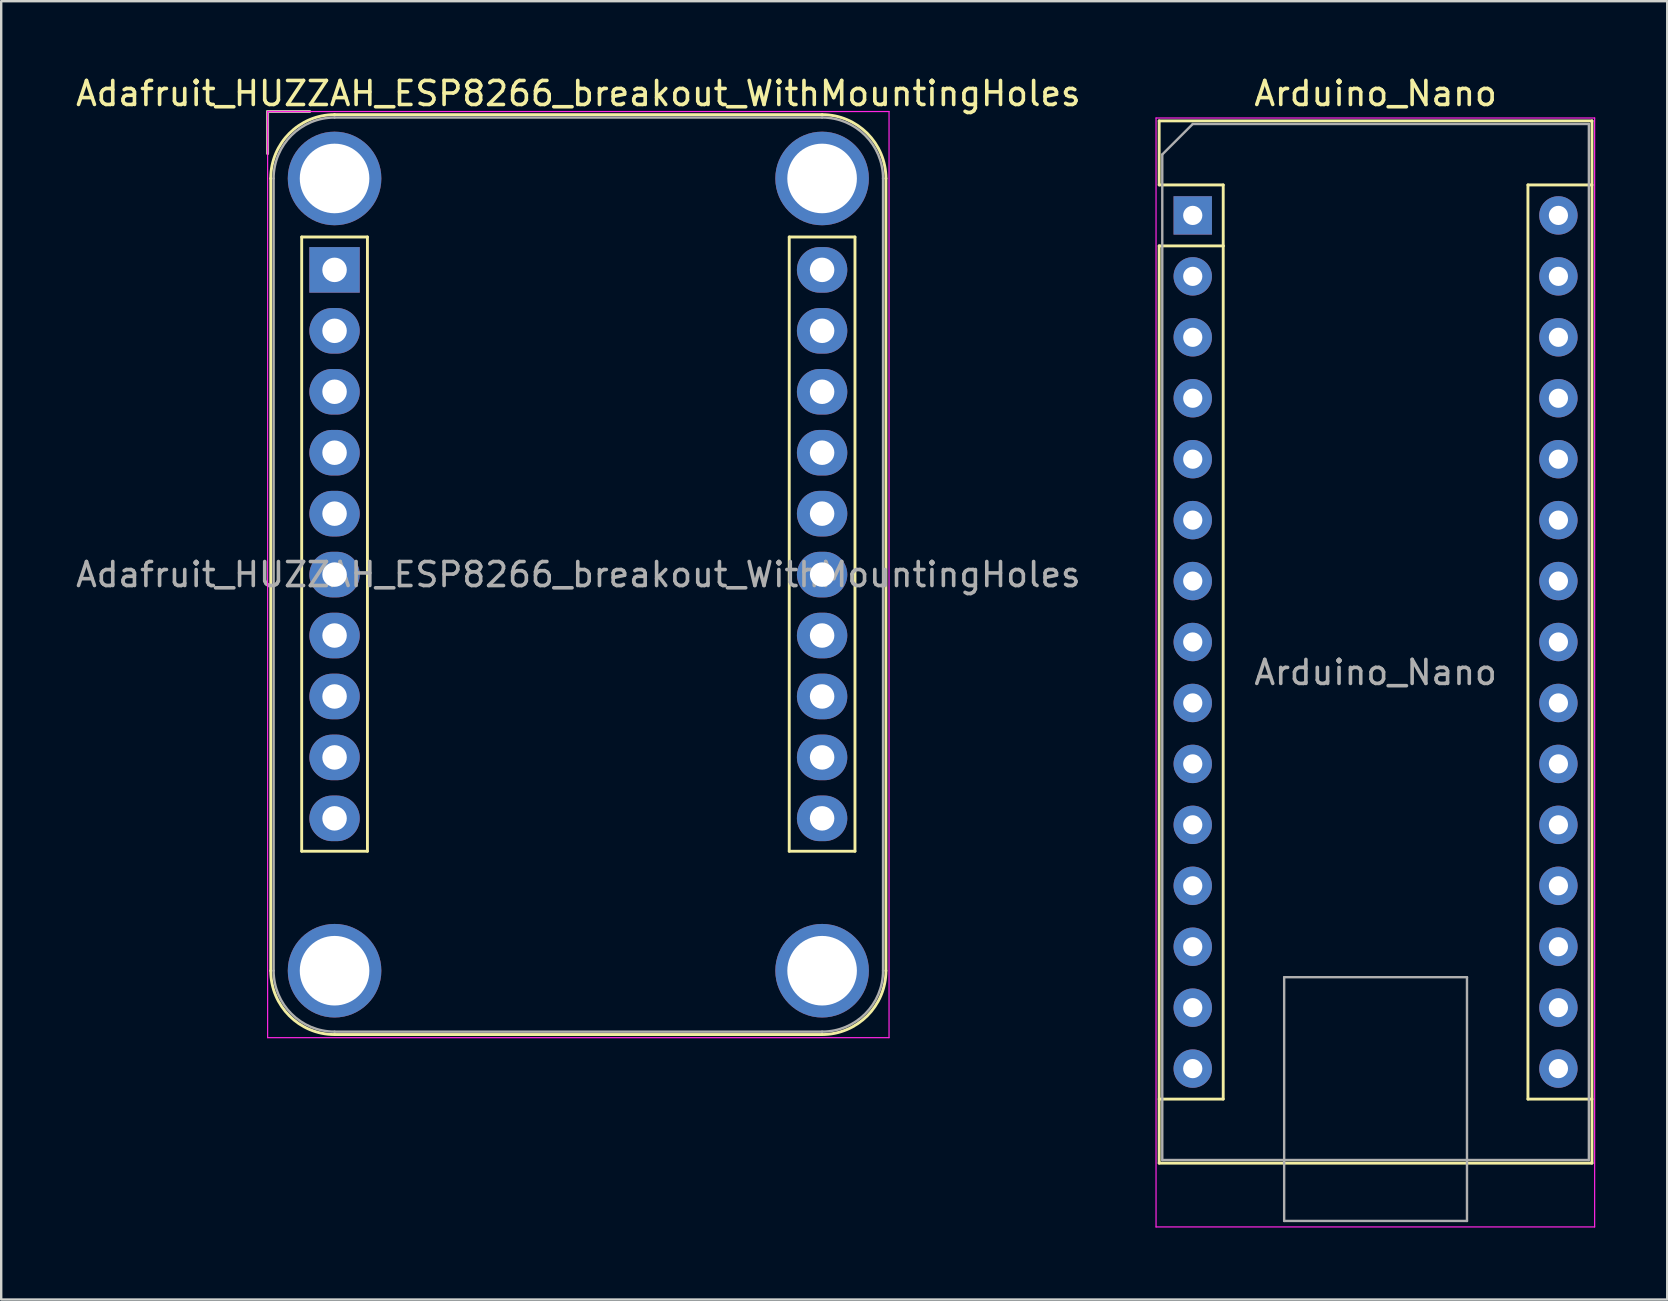
<source format=kicad_pcb>
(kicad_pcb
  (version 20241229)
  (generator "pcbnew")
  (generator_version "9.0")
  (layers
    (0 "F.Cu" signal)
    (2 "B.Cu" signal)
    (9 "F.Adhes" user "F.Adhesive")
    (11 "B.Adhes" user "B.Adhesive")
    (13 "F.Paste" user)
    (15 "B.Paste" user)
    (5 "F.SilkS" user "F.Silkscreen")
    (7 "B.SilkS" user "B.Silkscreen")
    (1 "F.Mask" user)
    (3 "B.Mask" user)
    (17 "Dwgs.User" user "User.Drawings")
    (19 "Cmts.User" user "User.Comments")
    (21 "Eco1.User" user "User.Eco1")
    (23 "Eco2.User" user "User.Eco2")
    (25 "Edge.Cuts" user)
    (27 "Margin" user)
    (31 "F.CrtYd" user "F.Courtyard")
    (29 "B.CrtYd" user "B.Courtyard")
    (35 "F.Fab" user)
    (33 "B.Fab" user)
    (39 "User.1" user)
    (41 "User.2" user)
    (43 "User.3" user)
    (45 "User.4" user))
  (footprint "Arduino_Nano"
    (layer "F.Cu")
    (at 46.662 5.928)
    (property "Reference" "Arduino_Nano" (at 7.62 -5.08 0) (layer "F.SilkS") (effects (font (size 1 1) (thickness 0.15))))
    (attr through_hole)
    (fp_line (start -1.4 -3.94) (end -1.4 -1.27) (stroke (width 0.12) (type solid)) (layer "F.SilkS"))
    (fp_line (start -1.4 1.27) (end -1.4 39.5) (stroke (width 0.12) (type solid)) (layer "F.SilkS"))
    (fp_line (start -1.4 39.5) (end 16.64 39.5) (stroke (width 0.12) (type solid)) (layer "F.SilkS"))
    (fp_line (start 1.27 -1.27) (end -1.4 -1.27) (stroke (width 0.12) (type solid)) (layer "F.SilkS"))
    (fp_line (start 1.27 1.27) (end -1.4 1.27) (stroke (width 0.12) (type solid)) (layer "F.SilkS"))
    (fp_line (start 1.27 1.27) (end 1.27 -1.27) (stroke (width 0.12) (type solid)) (layer "F.SilkS"))
    (fp_line (start 1.27 1.27) (end 1.27 36.83) (stroke (width 0.12) (type solid)) (layer "F.SilkS"))
    (fp_line (start 1.27 36.83) (end -1.4 36.83) (stroke (width 0.12) (type solid)) (layer "F.SilkS"))
    (fp_line (start 13.97 -1.27) (end 13.97 36.83) (stroke (width 0.12) (type solid)) (layer "F.SilkS"))
    (fp_line (start 13.97 -1.27) (end 16.64 -1.27) (stroke (width 0.12) (type solid)) (layer "F.SilkS"))
    (fp_line (start 13.97 36.83) (end 16.64 36.83) (stroke (width 0.12) (type solid)) (layer "F.SilkS"))
    (fp_line (start 16.64 -3.94) (end -1.4 -3.94) (stroke (width 0.12) (type solid)) (layer "F.SilkS"))
    (fp_line (start 16.64 39.5) (end 16.64 -3.94) (stroke (width 0.12) (type solid)) (layer "F.SilkS"))
    (fp_line (start -1.53 -4.06) (end -1.53 42.16) (stroke (width 0.05) (type solid)) (layer "F.CrtYd"))
    (fp_line (start -1.53 -4.06) (end 16.75 -4.06) (stroke (width 0.05) (type solid)) (layer "F.CrtYd"))
    (fp_line (start 16.75 42.16) (end -1.53 42.16) (stroke (width 0.05) (type solid)) (layer "F.CrtYd"))
    (fp_line (start 16.75 42.16) (end 16.75 -4.06) (stroke (width 0.05) (type solid)) (layer "F.CrtYd"))
    (fp_line (start -1.27 -2.54) (end 0 -3.81) (stroke (width 0.1) (type solid)) (layer "F.Fab"))
    (fp_line (start -1.27 39.37) (end -1.27 -2.54) (stroke (width 0.1) (type solid)) (layer "F.Fab"))
    (fp_line (start 0 -3.81) (end 16.51 -3.81) (stroke (width 0.1) (type solid)) (layer "F.Fab"))
    (fp_line (start 3.81 31.75) (end 11.43 31.75) (stroke (width 0.1) (type solid)) (layer "F.Fab"))
    (fp_line (start 3.81 41.91) (end 3.81 31.75) (stroke (width 0.1) (type solid)) (layer "F.Fab"))
    (fp_line (start 11.43 31.75) (end 11.43 41.91) (stroke (width 0.1) (type solid)) (layer "F.Fab"))
    (fp_line (start 11.43 41.91) (end 3.81 41.91) (stroke (width 0.1) (type solid)) (layer "F.Fab"))
    (fp_line (start 16.51 -3.81) (end 16.51 39.37) (stroke (width 0.1) (type solid)) (layer "F.Fab"))
    (fp_line (start 16.51 39.37) (end -1.27 39.37) (stroke (width 0.1) (type solid)) (layer "F.Fab"))
    (fp_text user "${REFERENCE}" (at 7.62 19.05 0) (layer "F.Fab") (effects (font (size 1 1) (thickness 0.15))))
    (pad "1" thru_hole rect (at 0 0) (size 1.6 1.6) (drill 0.8) (layers "*.Cu" "*.Mask"))
    (pad "2" thru_hole oval (at 0 2.54) (size 1.6 1.6) (drill 0.8) (layers "*.Cu" "*.Mask"))
    (pad "3" thru_hole oval (at 0 5.08) (size 1.6 1.6) (drill 0.8) (layers "*.Cu" "*.Mask"))
    (pad "4" thru_hole oval (at 0 7.62) (size 1.6 1.6) (drill 0.8) (layers "*.Cu" "*.Mask"))
    (pad "5" thru_hole oval (at 0 10.16) (size 1.6 1.6) (drill 0.8) (layers "*.Cu" "*.Mask"))
    (pad "6" thru_hole oval (at 0 12.7) (size 1.6 1.6) (drill 0.8) (layers "*.Cu" "*.Mask"))
    (pad "7" thru_hole oval (at 0 15.24) (size 1.6 1.6) (drill 0.8) (layers "*.Cu" "*.Mask"))
    (pad "8" thru_hole oval (at 0 17.78) (size 1.6 1.6) (drill 0.8) (layers "*.Cu" "*.Mask"))
    (pad "9" thru_hole oval (at 0 20.32) (size 1.6 1.6) (drill 0.8) (layers "*.Cu" "*.Mask"))
    (pad "10" thru_hole oval (at 0 22.86) (size 1.6 1.6) (drill 0.8) (layers "*.Cu" "*.Mask"))
    (pad "11" thru_hole oval (at 0 25.4) (size 1.6 1.6) (drill 0.8) (layers "*.Cu" "*.Mask"))
    (pad "12" thru_hole oval (at 0 27.94) (size 1.6 1.6) (drill 0.8) (layers "*.Cu" "*.Mask"))
    (pad "13" thru_hole oval (at 0 30.48) (size 1.6 1.6) (drill 0.8) (layers "*.Cu" "*.Mask"))
    (pad "14" thru_hole oval (at 0 33.02) (size 1.6 1.6) (drill 0.8) (layers "*.Cu" "*.Mask"))
    (pad "15" thru_hole oval (at 0 35.56) (size 1.6 1.6) (drill 0.8) (layers "*.Cu" "*.Mask"))
    (pad "16" thru_hole oval (at 15.24 35.56) (size 1.6 1.6) (drill 0.8) (layers "*.Cu" "*.Mask"))
    (pad "17" thru_hole oval (at 15.24 33.02) (size 1.6 1.6) (drill 0.8) (layers "*.Cu" "*.Mask"))
    (pad "18" thru_hole oval (at 15.24 30.48) (size 1.6 1.6) (drill 0.8) (layers "*.Cu" "*.Mask"))
    (pad "19" thru_hole oval (at 15.24 27.94) (size 1.6 1.6) (drill 0.8) (layers "*.Cu" "*.Mask"))
    (pad "20" thru_hole oval (at 15.24 25.4) (size 1.6 1.6) (drill 0.8) (layers "*.Cu" "*.Mask"))
    (pad "21" thru_hole oval (at 15.24 22.86) (size 1.6 1.6) (drill 0.8) (layers "*.Cu" "*.Mask"))
    (pad "22" thru_hole oval (at 15.24 20.32) (size 1.6 1.6) (drill 0.8) (layers "*.Cu" "*.Mask"))
    (pad "23" thru_hole oval (at 15.24 17.78) (size 1.6 1.6) (drill 0.8) (layers "*.Cu" "*.Mask"))
    (pad "24" thru_hole oval (at 15.24 15.24) (size 1.6 1.6) (drill 0.8) (layers "*.Cu" "*.Mask"))
    (pad "25" thru_hole oval (at 15.24 12.7) (size 1.6 1.6) (drill 0.8) (layers "*.Cu" "*.Mask"))
    (pad "26" thru_hole oval (at 15.24 10.16) (size 1.6 1.6) (drill 0.8) (layers "*.Cu" "*.Mask"))
    (pad "27" thru_hole oval (at 15.24 7.62) (size 1.6 1.6) (drill 0.8) (layers "*.Cu" "*.Mask"))
    (pad "28" thru_hole oval (at 15.24 5.08) (size 1.6 1.6) (drill 0.8) (layers "*.Cu" "*.Mask"))
    (pad "29" thru_hole oval (at 15.24 2.54) (size 1.6 1.6) (drill 0.8) (layers "*.Cu" "*.Mask"))
    (pad "30" thru_hole oval (at 15.24 0) (size 1.6 1.6) (drill 0.8) (layers "*.Cu" "*.Mask")))
  (footprint "Adafruit_HUZZAH_ESP8266_breakout_WithMountingHoles"
    (layer "F.Cu")
    (at 10.894 8.198)
    (property "Reference" "Adafruit_HUZZAH_ESP8266_breakout_WithMountingHoles" (at 10.16 -7.35 0) (layer "F.SilkS") (effects (font (size 1 1) (thickness 0.15))))
    (attr through_hole)
    (fp_line (start -2.79 -6.6) (end -1.04 -6.6) (stroke (width 0.12) (type solid)) (layer "F.SilkS"))
    (fp_line (start -2.79 -4.85) (end -2.79 -6.6) (stroke (width 0.12) (type solid)) (layer "F.SilkS"))
    (fp_line (start -2.66 -3.81) (end -2.66 29.21) (stroke (width 0.12) (type solid)) (layer "F.SilkS"))
    (fp_line (start -1.37 -1.37) (end -1.37 24.23) (stroke (width 0.12) (type solid)) (layer "F.SilkS"))
    (fp_line (start -1.37 24.23) (end 1.37 24.23) (stroke (width 0.12) (type solid)) (layer "F.SilkS"))
    (fp_line (start 0 -6.47) (end 20.32 -6.47) (stroke (width 0.12) (type solid)) (layer "F.SilkS"))
    (fp_line (start 0 31.87) (end 20.32 31.87) (stroke (width 0.12) (type solid)) (layer "F.SilkS"))
    (fp_line (start 1.37 -1.37) (end -1.37 -1.37) (stroke (width 0.12) (type solid)) (layer "F.SilkS"))
    (fp_line (start 1.37 24.23) (end 1.37 -1.37) (stroke (width 0.12) (type solid)) (layer "F.SilkS"))
    (fp_line (start 18.95 -1.37) (end 18.95 24.23) (stroke (width 0.12) (type solid)) (layer "F.SilkS"))
    (fp_line (start 18.95 24.23) (end 21.69 24.23) (stroke (width 0.12) (type solid)) (layer "F.SilkS"))
    (fp_line (start 21.69 -1.37) (end 18.95 -1.37) (stroke (width 0.12) (type solid)) (layer "F.SilkS"))
    (fp_line (start 21.69 24.23) (end 21.69 -1.37) (stroke (width 0.12) (type solid)) (layer "F.SilkS"))
    (fp_line (start 22.98 -3.81) (end 22.98 29.21) (stroke (width 0.12) (type solid)) (layer "F.SilkS"))
    (fp_arc (start -2.66 -3.81) (mid -1.880904 -5.690904) (end 0 -6.47) (stroke (width 0.12) (type solid)) (layer "F.SilkS"))
    (fp_arc (start 0 31.87) (mid -1.880904 31.090904) (end -2.66 29.21) (stroke (width 0.12) (type solid)) (layer "F.SilkS"))
    (fp_arc (start 20.32 -6.47) (mid 22.200904 -5.690904) (end 22.98 -3.81) (stroke (width 0.12) (type solid)) (layer "F.SilkS"))
    (fp_arc (start 22.98 29.21) (mid 22.200904 31.090904) (end 20.32 31.87) (stroke (width 0.12) (type solid)) (layer "F.SilkS"))
    (fp_line (start -2.79 -6.6) (end -2.79 32) (stroke (width 0.05) (type solid)) (layer "F.CrtYd"))
    (fp_line (start -2.79 32) (end 23.11 32) (stroke (width 0.05) (type solid)) (layer "F.CrtYd"))
    (fp_line (start 23.11 -6.6) (end -2.79 -6.6) (stroke (width 0.05) (type solid)) (layer "F.CrtYd"))
    (fp_line (start 23.11 32) (end 23.11 -6.6) (stroke (width 0.05) (type solid)) (layer "F.CrtYd"))
    (fp_line (start -2.79 -6.6) (end -1.04 -6.6) (stroke (width 0.1) (type solid)) (layer "F.Fab"))
    (fp_line (start -2.79 -4.85) (end -2.79 -6.6) (stroke (width 0.1) (type solid)) (layer "F.Fab"))
    (fp_line (start -2.54 -3.81) (end -2.54 29.21) (stroke (width 0.1) (type solid)) (layer "F.Fab"))
    (fp_line (start 0 -6.35) (end 20.32 -6.35) (stroke (width 0.1) (type solid)) (layer "F.Fab"))
    (fp_line (start 0 31.75) (end 20.32 31.75) (stroke (width 0.1) (type solid)) (layer "F.Fab"))
    (fp_line (start 22.86 -3.81) (end 22.86 29.21) (stroke (width 0.1) (type solid)) (layer "F.Fab"))
    (fp_arc (start -2.54 -3.81) (mid -1.796051 -5.606051) (end 0 -6.35) (stroke (width 0.1) (type solid)) (layer "F.Fab"))
    (fp_arc (start 0 31.75) (mid -1.796051 31.006051) (end -2.54 29.21) (stroke (width 0.1) (type solid)) (layer "F.Fab"))
    (fp_arc (start 20.32 -6.35) (mid 22.116051 -5.606051) (end 22.86 -3.81) (stroke (width 0.1) (type solid)) (layer "F.Fab"))
    (fp_arc (start 22.86 29.21) (mid 22.116051 31.006051) (end 20.32 31.75) (stroke (width 0.1) (type solid)) (layer "F.Fab"))
    (fp_text user "${REFERENCE}" (at 10.16 12.7 0) (layer "F.Fab") (effects (font (size 1 1) (thickness 0.15))))
    (pad "" np_thru_hole circle (at 0 -3.81) (size 3.9 3.9) (drill 2.9) (layers "*.Cu" "*.Mask"))
    (pad "" np_thru_hole circle (at 0 29.21) (size 3.9 3.9) (drill 2.9) (layers "*.Cu" "*.Mask"))
    (pad "" np_thru_hole circle (at 20.32 -3.81) (size 3.9 3.9) (drill 2.9) (layers "*.Cu" "*.Mask"))
    (pad "" np_thru_hole circle (at 20.32 29.21) (size 3.9 3.9) (drill 2.9) (layers "*.Cu" "*.Mask"))
    (pad "1" thru_hole rect (at 0 0) (size 2.1 1.9) (drill 1.02) (layers "*.Cu" "*.Mask"))
    (pad "2" thru_hole oval (at 0 2.54) (size 2.1 1.9) (drill 1.02) (layers "*.Cu" "*.Mask"))
    (pad "3" thru_hole oval (at 0 5.08) (size 2.1 1.9) (drill 1.02) (layers "*.Cu" "*.Mask"))
    (pad "4" thru_hole oval (at 0 7.62) (size 2.1 1.9) (drill 1.02) (layers "*.Cu" "*.Mask"))
    (pad "5" thru_hole oval (at 0 10.16) (size 2.1 1.9) (drill 1.02) (layers "*.Cu" "*.Mask"))
    (pad "6" thru_hole oval (at 0 12.7) (size 2.1 1.9) (drill 1.02) (layers "*.Cu" "*.Mask"))
    (pad "7" thru_hole oval (at 0 15.24) (size 2.1 1.9) (drill 1.02) (layers "*.Cu" "*.Mask"))
    (pad "8" thru_hole oval (at 0 17.78) (size 2.1 1.9) (drill 1.02) (layers "*.Cu" "*.Mask"))
    (pad "9" thru_hole oval (at 0 20.32) (size 2.1 1.9) (drill 1.02) (layers "*.Cu" "*.Mask"))
    (pad "10" thru_hole oval (at 0 22.86) (size 2.1 1.9) (drill 1.02) (layers "*.Cu" "*.Mask"))
    (pad "11" thru_hole oval (at 20.32 22.86) (size 2.1 1.9) (drill 1.02) (layers "*.Cu" "*.Mask"))
    (pad "12" thru_hole oval (at 20.32 20.32) (size 2.1 1.9) (drill 1.02) (layers "*.Cu" "*.Mask"))
    (pad "13" thru_hole oval (at 20.32 17.78) (size 2.1 1.9) (drill 1.02) (layers "*.Cu" "*.Mask"))
    (pad "14" thru_hole oval (at 20.32 15.24) (size 2.1 1.9) (drill 1.02) (layers "*.Cu" "*.Mask"))
    (pad "15" thru_hole oval (at 20.32 12.7) (size 2.1 1.9) (drill 1.02) (layers "*.Cu" "*.Mask"))
    (pad "16" thru_hole oval (at 20.32 10.16) (size 2.1 1.9) (drill 1.02) (layers "*.Cu" "*.Mask"))
    (pad "17" thru_hole oval (at 20.32 7.62) (size 2.1 1.9) (drill 1.02) (layers "*.Cu" "*.Mask"))
    (pad "18" thru_hole oval (at 20.32 5.08) (size 2.1 1.9) (drill 1.02) (layers "*.Cu" "*.Mask"))
    (pad "19" thru_hole oval (at 20.32 2.54) (size 2.1 1.9) (drill 1.02) (layers "*.Cu" "*.Mask"))
    (pad "20" thru_hole oval (at 20.32 0) (size 2.1 1.9) (drill 1.02) (layers "*.Cu" "*.Mask")))
  (gr_rect
    (start -3 -3)
    (end 66.437 51.113)
    (stroke (width 0.1) (type default))
    (fill no)
    (layer "Edge.Cuts")))
</source>
